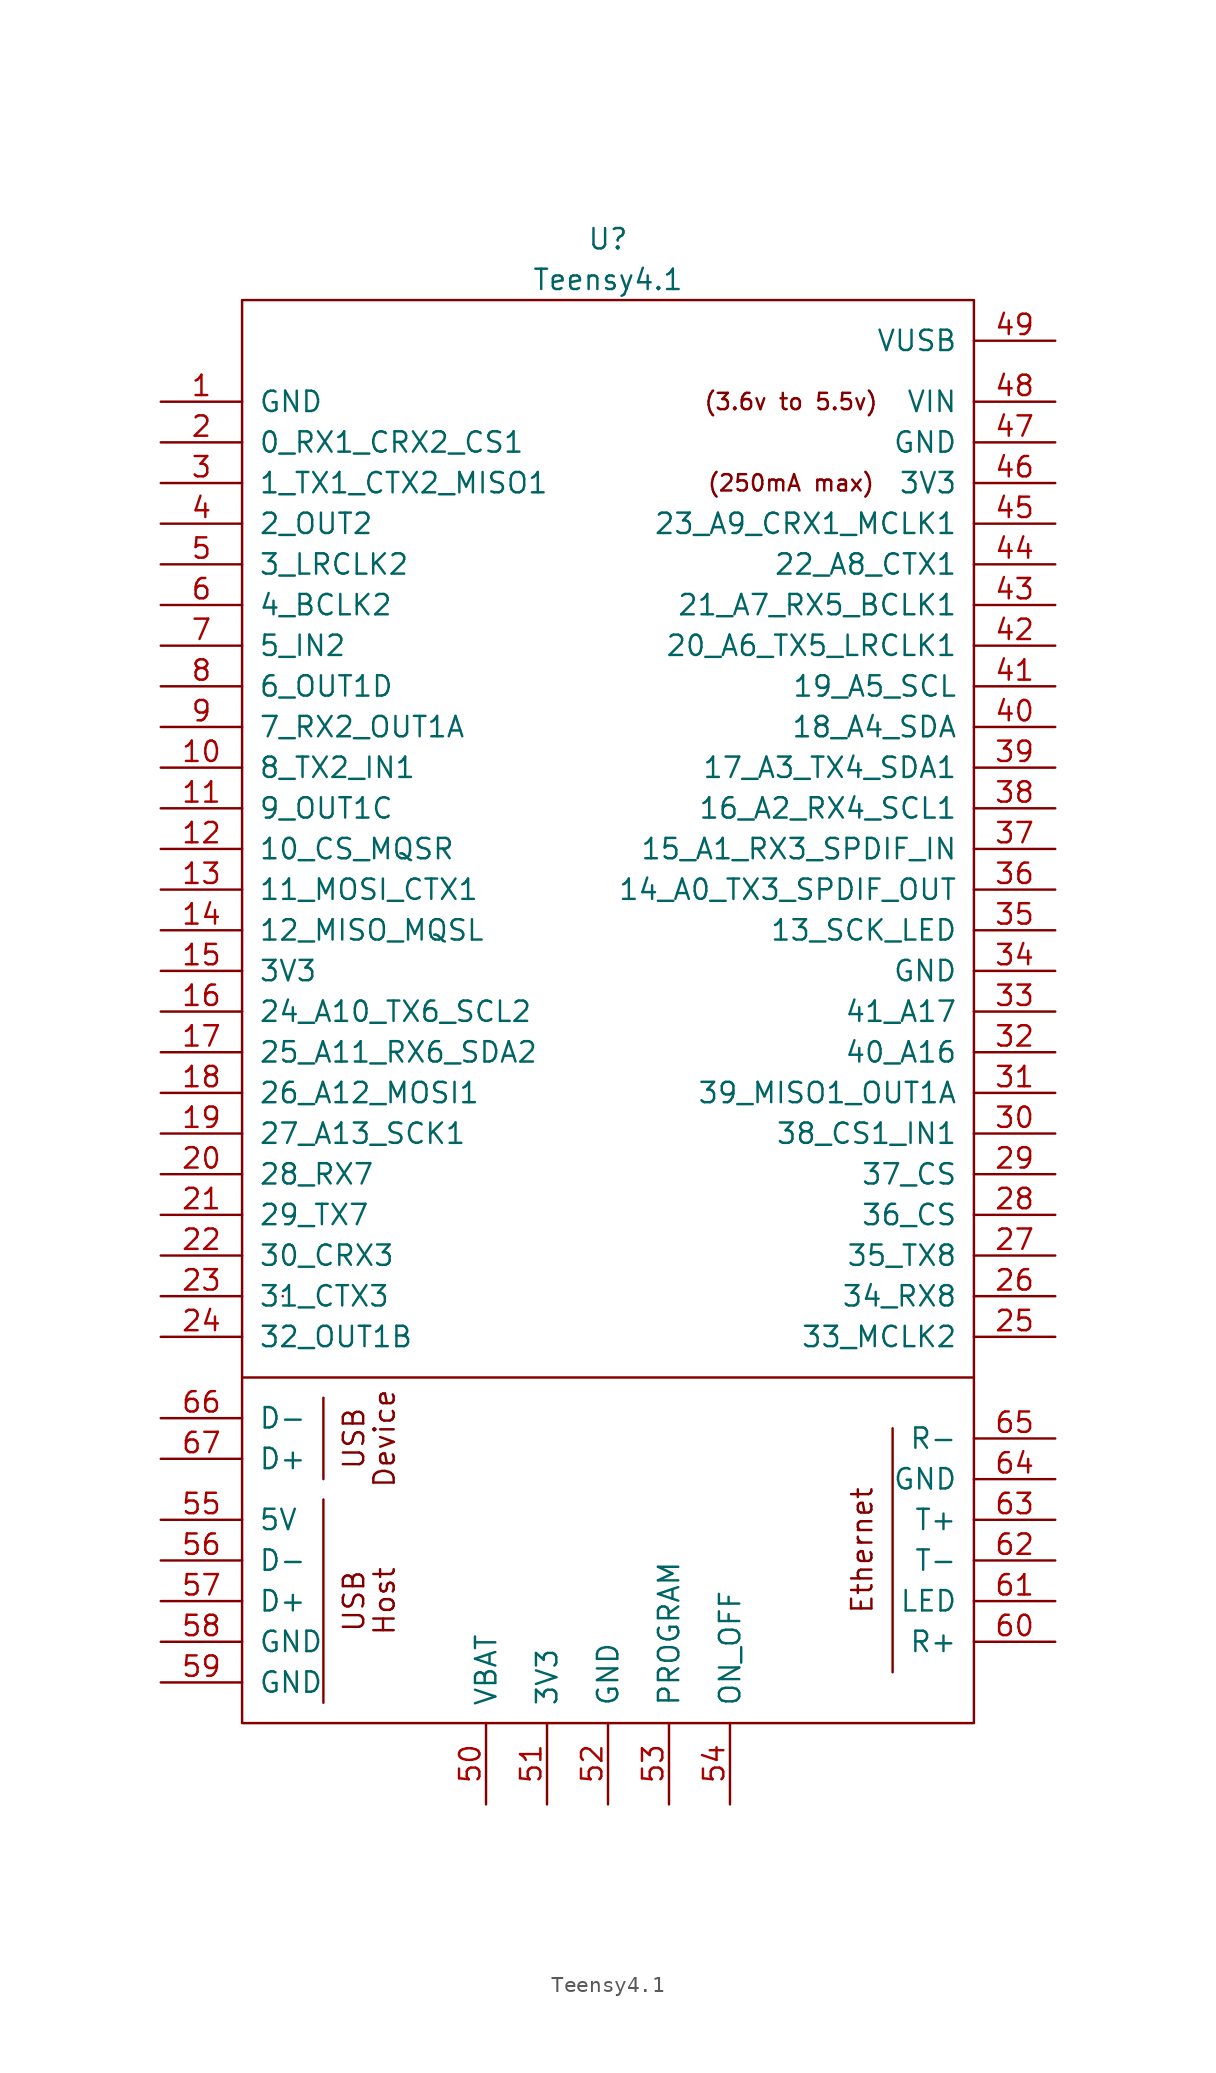
<source format=kicad_sym>
(kicad_symbol_lib
  (version 20231120)
  (generator "kicad_symbol_editor")
  (generator_version "8.0")
  (symbol "Teensy4.1"
    (pin_names
      (offset 1.016))
    (property "Reference" "U"
      (at 0 64.77 0)
      (effects (font (size 1.27 1.27))))
    (property "Value" "Teensy4.1"
      (at 0 62.23 0)
      (effects (font (size 1.27 1.27))))
    (symbol "Teensy4.1_0_0"
      (polyline (pts (xy -22.86 -6.35) (xy 22.86 -6.35)) (stroke (width 0) (type default)) (fill (type none)))
      (polyline (pts (xy -17.78 -26.67) (xy -17.78 -13.97)) (stroke (width 0) (type default)) (fill (type none)))
      (polyline (pts (xy -17.78 -7.62) (xy -17.78 -12.7)) (stroke (width 0) (type default)) (fill (type none)))
      (polyline (pts (xy 17.78 -9.525) (xy 17.78 -24.765)) (stroke (width 0) (type default)) (fill (type none)))
      (text "(250mA max)" (at 11.43 49.53 0) (effects (font (size 1.016 1.016))))
      (text "(3.6v to 5.5v)" (at 11.43 54.61 0) (effects (font (size 1.016 1.016))))
      (text "Device" (at -13.97 -10.16 900) (effects (font (size 1.27 1.27))))
      (text "Ethernet" (at 15.875 -17.145 900) (effects (font (size 1.27 1.27))))
      (text "Host" (at -13.97 -20.32 900) (effects (font (size 1.27 1.27))))
      (text "USB" (at -15.875 -20.32 900) (effects (font (size 1.27 1.27))))
      (text "USB" (at -15.875 -10.16 900) (effects (font (size 1.27 1.27))))
      (pin bidirectional line (at -27.94 31.75 0) (length 5.08) (name "8_TX2_IN1" (effects (font (size 1.27 1.27)))) (number "10" (effects (font (size 1.27 1.27)))))
      (pin bidirectional line (at -27.94 29.21 0) (length 5.08) (name "9_OUT1C" (effects (font (size 1.27 1.27)))) (number "11" (effects (font (size 1.27 1.27)))))
      (pin bidirectional line (at -27.94 26.67 0) (length 5.08) (name "10_CS_MQSR" (effects (font (size 1.27 1.27)))) (number "12" (effects (font (size 1.27 1.27)))))
      (pin bidirectional line (at -27.94 24.13 0) (length 5.08) (name "11_MOSI_CTX1" (effects (font (size 1.27 1.27)))) (number "13" (effects (font (size 1.27 1.27)))))
      (pin bidirectional line (at -27.94 21.59 0) (length 5.08) (name "12_MISO_MQSL" (effects (font (size 1.27 1.27)))) (number "14" (effects (font (size 1.27 1.27)))))
      (pin power_in line (at -27.94 19.05 0) (length 5.08) (name "3V3" (effects (font (size 1.27 1.27)))) (number "15" (effects (font (size 1.27 1.27)))))
      (pin bidirectional line (at -27.94 16.51 0) (length 5.08) (name "24_A10_TX6_SCL2" (effects (font (size 1.27 1.27)))) (number "16" (effects (font (size 1.27 1.27)))))
      (pin bidirectional line (at -27.94 13.97 0) (length 5.08) (name "25_A11_RX6_SDA2" (effects (font (size 1.27 1.27)))) (number "17" (effects (font (size 1.27 1.27)))))
      (pin bidirectional line (at -27.94 11.43 0) (length 5.08) (name "26_A12_MOSI1" (effects (font (size 1.27 1.27)))) (number "18" (effects (font (size 1.27 1.27)))))
      (pin bidirectional line (at -27.94 8.89 0) (length 5.08) (name "27_A13_SCK1" (effects (font (size 1.27 1.27)))) (number "19" (effects (font (size 1.27 1.27)))))
      (pin bidirectional line (at -27.94 6.35 0) (length 5.08) (name "28_RX7" (effects (font (size 1.27 1.27)))) (number "20" (effects (font (size 1.27 1.27)))))
      (pin bidirectional line (at -27.94 3.81 0) (length 5.08) (name "29_TX7" (effects (font (size 1.27 1.27)))) (number "21" (effects (font (size 1.27 1.27)))))
      (pin bidirectional line (at -27.94 1.27 0) (length 5.08) (name "30_CRX3" (effects (font (size 1.27 1.27)))) (number "22" (effects (font (size 1.27 1.27)))))
      (pin bidirectional line (at -27.94 -1.27 0) (length 5.08) (name "31_CTX3" (effects (font (size 1.27 1.27)))) (number "23" (effects (font (size 1.27 1.27)))))
      (pin bidirectional line (at -27.94 -3.81 0) (length 5.08) (name "32_OUT1B" (effects (font (size 1.27 1.27)))) (number "24" (effects (font (size 1.27 1.27)))))
      (pin bidirectional line (at 27.94 -3.81 180) (length 5.08) (name "33_MCLK2" (effects (font (size 1.27 1.27)))) (number "25" (effects (font (size 1.27 1.27)))))
      (pin bidirectional line (at 27.94 -1.27 180) (length 5.08) (name "34_RX8" (effects (font (size 1.27 1.27)))) (number "26" (effects (font (size 1.27 1.27)))))
      (pin bidirectional line (at 27.94 1.27 180) (length 5.08) (name "35_TX8" (effects (font (size 1.27 1.27)))) (number "27" (effects (font (size 1.27 1.27)))))
      (pin bidirectional line (at 27.94 3.81 180) (length 5.08) (name "36_CS" (effects (font (size 1.27 1.27)))) (number "28" (effects (font (size 1.27 1.27)))))
      (pin bidirectional line (at 27.94 6.35 180) (length 5.08) (name "37_CS" (effects (font (size 1.27 1.27)))) (number "29" (effects (font (size 1.27 1.27)))))
      (pin bidirectional line (at 27.94 8.89 180) (length 5.08) (name "38_CS1_IN1" (effects (font (size 1.27 1.27)))) (number "30" (effects (font (size 1.27 1.27)))))
      (pin bidirectional line (at 27.94 11.43 180) (length 5.08) (name "39_MISO1_OUT1A" (effects (font (size 1.27 1.27)))) (number "31" (effects (font (size 1.27 1.27)))))
      (pin bidirectional line (at 27.94 13.97 180) (length 5.08) (name "40_A16" (effects (font (size 1.27 1.27)))) (number "32" (effects (font (size 1.27 1.27)))))
      (pin bidirectional line (at 27.94 16.51 180) (length 5.08) (name "41_A17" (effects (font (size 1.27 1.27)))) (number "33" (effects (font (size 1.27 1.27)))))
      (pin bidirectional line (at 27.94 21.59 180) (length 5.08) (name "13_SCK_LED" (effects (font (size 1.27 1.27)))) (number "35" (effects (font (size 1.27 1.27)))))
      (pin bidirectional line (at 27.94 24.13 180) (length 5.08) (name "14_A0_TX3_SPDIF_OUT" (effects (font (size 1.27 1.27)))) (number "36" (effects (font (size 1.27 1.27)))))
      (pin bidirectional line (at 27.94 26.67 180) (length 5.08) (name "15_A1_RX3_SPDIF_IN" (effects (font (size 1.27 1.27)))) (number "37" (effects (font (size 1.27 1.27)))))
      (pin bidirectional line (at 27.94 29.21 180) (length 5.08) (name "16_A2_RX4_SCL1" (effects (font (size 1.27 1.27)))) (number "38" (effects (font (size 1.27 1.27)))))
      (pin bidirectional line (at 27.94 31.75 180) (length 5.08) (name "17_A3_TX4_SDA1" (effects (font (size 1.27 1.27)))) (number "39" (effects (font (size 1.27 1.27)))))
      (pin bidirectional line (at 27.94 34.29 180) (length 5.08) (name "18_A4_SDA" (effects (font (size 1.27 1.27)))) (number "40" (effects (font (size 1.27 1.27)))))
      (pin bidirectional line (at 27.94 36.83 180) (length 5.08) (name "19_A5_SCL" (effects (font (size 1.27 1.27)))) (number "41" (effects (font (size 1.27 1.27)))))
      (pin bidirectional line (at 27.94 39.37 180) (length 5.08) (name "20_A6_TX5_LRCLK1" (effects (font (size 1.27 1.27)))) (number "42" (effects (font (size 1.27 1.27)))))
      (pin bidirectional line (at 27.94 41.91 180) (length 5.08) (name "21_A7_RX5_BCLK1" (effects (font (size 1.27 1.27)))) (number "43" (effects (font (size 1.27 1.27)))))
      (pin bidirectional line (at 27.94 44.45 180) (length 5.08) (name "22_A8_CTX1" (effects (font (size 1.27 1.27)))) (number "44" (effects (font (size 1.27 1.27)))))
      (pin bidirectional line (at 27.94 46.99 180) (length 5.08) (name "23_A9_CRX1_MCLK1" (effects (font (size 1.27 1.27)))) (number "45" (effects (font (size 1.27 1.27)))))
      (pin power_in line (at 27.94 49.53 180) (length 5.08) (name "3V3" (effects (font (size 1.27 1.27)))) (number "46" (effects (font (size 1.27 1.27)))))
      (pin power_in line (at 27.94 52.07 180) (length 5.08) (name "GND" (effects (font (size 1.27 1.27)))) (number "47" (effects (font (size 1.27 1.27)))))
      (pin power_in line (at 27.94 54.61 180) (length 5.08) (name "VIN" (effects (font (size 1.27 1.27)))) (number "48" (effects (font (size 1.27 1.27)))))
      (pin power_out line (at 27.94 58.42 180) (length 5.08) (name "VUSB" (effects (font (size 1.27 1.27)))) (number "49" (effects (font (size 1.27 1.27)))))
      (pin bidirectional line (at -27.94 44.45 0) (length 5.08) (name "3_LRCLK2" (effects (font (size 1.27 1.27)))) (number "5" (effects (font (size 1.27 1.27)))))
      (pin power_in line (at -7.62 -33.02 90) (length 5.08) (name "VBAT" (effects (font (size 1.27 1.27)))) (number "50" (effects (font (size 1.27 1.27)))))
      (pin power_in line (at -3.81 -33.02 90) (length 5.08) (name "3V3" (effects (font (size 1.27 1.27)))) (number "51" (effects (font (size 1.27 1.27)))))
      (pin power_out line (at 0 -33.02 90) (length 5.08) (name "GND" (effects (font (size 1.27 1.27)))) (number "52" (effects (font (size 1.27 1.27)))))
      (pin input line (at 3.81 -33.02 90) (length 5.08) (name "PROGRAM" (effects (font (size 1.27 1.27)))) (number "53" (effects (font (size 1.27 1.27)))))
      (pin input line (at 7.62 -33.02 90) (length 5.08) (name "ON_OFF" (effects (font (size 1.27 1.27)))) (number "54" (effects (font (size 1.27 1.27)))))
      (pin power_out line (at -27.94 -15.24 0) (length 5.08) (name "5V" (effects (font (size 1.27 1.27)))) (number "55" (effects (font (size 1.27 1.27)))))
      (pin bidirectional line (at -27.94 -17.78 0) (length 5.08) (name "D-" (effects (font (size 1.27 1.27)))) (number "56" (effects (font (size 1.27 1.27)))))
      (pin bidirectional line (at -27.94 -20.32 0) (length 5.08) (name "D+" (effects (font (size 1.27 1.27)))) (number "57" (effects (font (size 1.27 1.27)))))
      (pin power_in line (at -27.94 -22.86 0) (length 5.08) (name "GND" (effects (font (size 1.27 1.27)))) (number "58" (effects (font (size 1.27 1.27)))))
      (pin power_in line (at -27.94 -25.4 0) (length 5.08) (name "GND" (effects (font (size 1.27 1.27)))) (number "59" (effects (font (size 1.27 1.27)))))
      (pin bidirectional line (at -27.94 41.91 0) (length 5.08) (name "4_BCLK2" (effects (font (size 1.27 1.27)))) (number "6" (effects (font (size 1.27 1.27)))))
      (pin bidirectional line (at 27.94 -22.86 180) (length 5.08) (name "R+" (effects (font (size 1.27 1.27)))) (number "60" (effects (font (size 1.27 1.27)))))
      (pin bidirectional line (at 27.94 -20.32 180) (length 5.08) (name "LED" (effects (font (size 1.27 1.27)))) (number "61" (effects (font (size 1.27 1.27)))))
      (pin bidirectional line (at 27.94 -17.78 180) (length 5.08) (name "T-" (effects (font (size 1.27 1.27)))) (number "62" (effects (font (size 1.27 1.27)))))
      (pin bidirectional line (at 27.94 -15.24 180) (length 5.08) (name "T+" (effects (font (size 1.27 1.27)))) (number "63" (effects (font (size 1.27 1.27)))))
      (pin power_in line (at 27.94 -12.7 180) (length 5.08) (name "GND" (effects (font (size 1.27 1.27)))) (number "64" (effects (font (size 1.27 1.27)))))
      (pin bidirectional line (at 27.94 -10.16 180) (length 5.08) (name "R-" (effects (font (size 1.27 1.27)))) (number "65" (effects (font (size 1.27 1.27)))))
      (pin bidirectional line (at -27.94 -8.89 0) (length 5.08) (name "D-" (effects (font (size 1.27 1.27)))) (number "66" (effects (font (size 1.27 1.27)))))
      (pin bidirectional line (at -27.94 -11.43 0) (length 5.08) (name "D+" (effects (font (size 1.27 1.27)))) (number "67" (effects (font (size 1.27 1.27)))))
      (pin bidirectional line (at -27.94 39.37 0) (length 5.08) (name "5_IN2" (effects (font (size 1.27 1.27)))) (number "7" (effects (font (size 1.27 1.27)))))
      (pin bidirectional line (at -27.94 36.83 0) (length 5.08) (name "6_OUT1D" (effects (font (size 1.27 1.27)))) (number "8" (effects (font (size 1.27 1.27)))))
      (pin bidirectional line (at -27.94 34.29 0) (length 5.08) (name "7_RX2_OUT1A" (effects (font (size 1.27 1.27)))) (number "9" (effects (font (size 1.27 1.27))))))
    (symbol "Teensy4.1_0_1"
      (rectangle (start -22.86 60.96) (end 22.86 -27.94) (stroke (width 0) (type default)) (fill (type none)))
      (rectangle (start -20.32 -1.27) (end -20.32 -1.27) (stroke (width 0) (type default)) (fill (type none))))
    (symbol "Teensy4.1_1_1"
      (pin power_in line (at -27.94 54.61 0) (length 5.08) (name "GND" (effects (font (size 1.27 1.27)))) (number "1" (effects (font (size 1.27 1.27)))))
      (pin bidirectional line (at -27.94 52.07 0) (length 5.08) (name "0_RX1_CRX2_CS1" (effects (font (size 1.27 1.27)))) (number "2" (effects (font (size 1.27 1.27)))))
      (pin bidirectional line (at -27.94 49.53 0) (length 5.08) (name "1_TX1_CTX2_MISO1" (effects (font (size 1.27 1.27)))) (number "3" (effects (font (size 1.27 1.27)))))
      (pin power_in line (at 27.94 19.05 180) (length 5.08) (name "GND" (effects (font (size 1.27 1.27)))) (number "34" (effects (font (size 1.27 1.27)))))
      (pin bidirectional line (at -27.94 46.99 0) (length 5.08) (name "2_OUT2" (effects (font (size 1.27 1.27)))) (number "4" (effects (font (size 1.27 1.27))))))))
</source>
